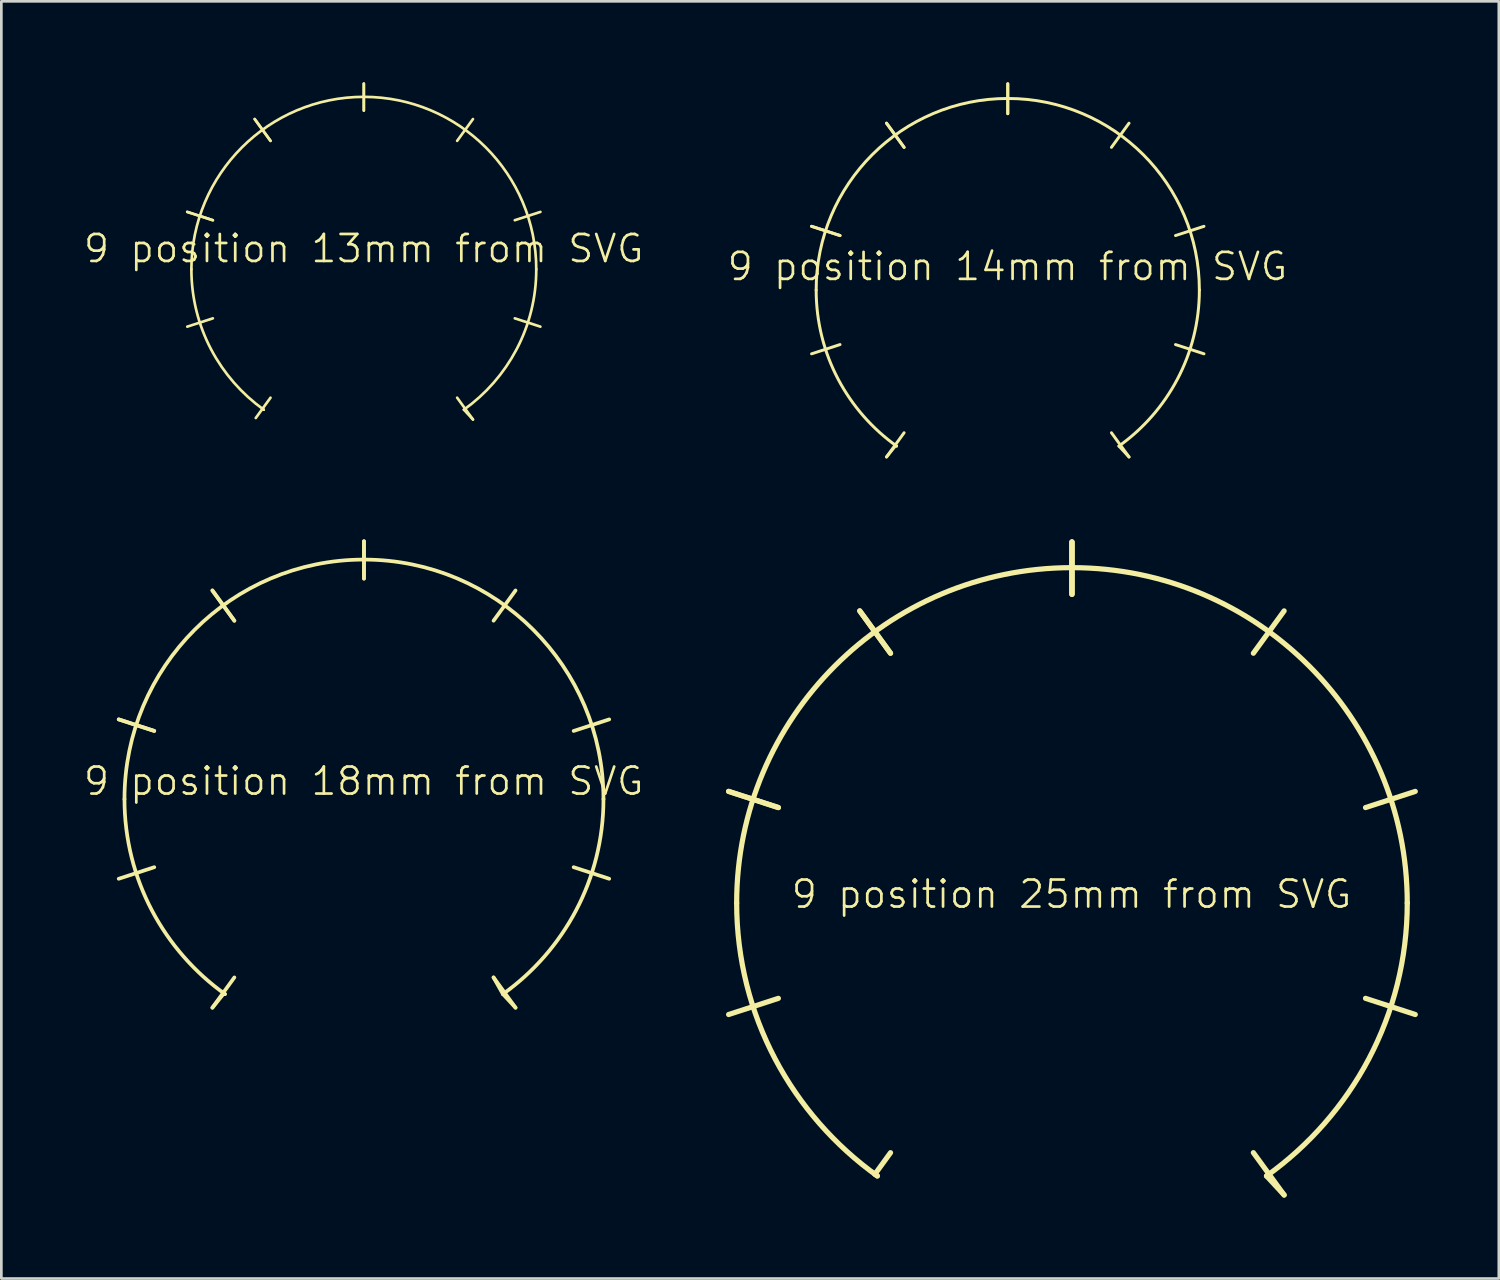
<source format=kicad_pcb>
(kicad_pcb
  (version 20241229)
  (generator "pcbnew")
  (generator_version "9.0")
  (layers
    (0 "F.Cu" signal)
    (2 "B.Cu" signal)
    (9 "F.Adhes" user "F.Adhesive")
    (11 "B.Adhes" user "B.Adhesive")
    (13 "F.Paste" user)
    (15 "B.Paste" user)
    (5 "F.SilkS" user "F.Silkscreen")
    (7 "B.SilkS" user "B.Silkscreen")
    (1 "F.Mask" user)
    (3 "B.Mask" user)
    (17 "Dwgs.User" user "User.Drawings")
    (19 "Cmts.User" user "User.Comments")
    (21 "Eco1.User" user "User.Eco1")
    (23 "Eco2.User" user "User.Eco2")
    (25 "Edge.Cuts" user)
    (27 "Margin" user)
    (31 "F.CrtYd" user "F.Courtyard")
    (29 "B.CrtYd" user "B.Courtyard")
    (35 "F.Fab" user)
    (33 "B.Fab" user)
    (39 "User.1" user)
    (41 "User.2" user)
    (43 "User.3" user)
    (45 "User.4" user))
  (footprint "9 position 14mm from SVG"
    (layer "F.Cu")
    (at 34.293 7.329)
    (property "Reference" "9 position 14mm from SVG" (at 0 -0.5 0) (unlocked yes) (layer "F.SilkS") (effects (font (size 1 1) (thickness 0.1))))
    (attr smd)
    (fp_line (start -7.26 -1.99) (end -6.206 -1.648) (stroke (width 0.11) (type solid)) (layer "F.SilkS"))
    (fp_line (start -7.26 -1.99) (end -6.206 -1.648) (stroke (width 0.11) (type solid)) (layer "F.SilkS"))
    (fp_line (start -7.26 2.736) (end -6.206 2.393) (stroke (width 0.11) (type solid)) (layer "F.SilkS"))
    (fp_line (start -4.482 -5.813) (end -3.831 -4.917) (stroke (width 0.11) (type solid)) (layer "F.SilkS"))
    (fp_line (start -4.482 -5.813) (end -3.831 -4.917) (stroke (width 0.11) (type solid)) (layer "F.SilkS"))
    (fp_line (start -4.14 6.134) (end -4.482 6.559) (stroke (width 0.11) (type default)) (layer "F.SilkS"))
    (fp_line (start -4.14 6.134) (end -4.11 6.155) (stroke (width 0.11) (type solid)) (layer "F.SilkS"))
    (fp_line (start 0.012 -7.273) (end 0.012 -6.165) (stroke (width 0.11) (type solid)) (layer "F.SilkS"))
    (fp_line (start 0.012 -7.273) (end 0.012 -6.165) (stroke (width 0.11) (type solid)) (layer "F.SilkS"))
    (fp_line (start 4.506 -5.813) (end 3.855 -4.917) (stroke (width 0.11) (type solid)) (layer "F.SilkS"))
    (fp_line (start 4.506 6.559) (end 3.855 5.662) (stroke (width 0.11) (type solid)) (layer "F.SilkS"))
    (fp_line (start 4.506 6.559) (end 4.133 6.156) (stroke (width 0.11) (type default)) (layer "F.SilkS"))
    (fp_line (start 7.284 -1.99) (end 6.23 -1.648) (stroke (width 0.11) (type solid)) (layer "F.SilkS"))
    (fp_line (start 7.284 2.736) (end 6.23 2.393) (stroke (width 0.11) (type solid)) (layer "F.SilkS"))
    (fp_curve (pts (xy -7.09 0.373) (xy -7.09 -3.547) (xy -3.908 -6.729) (xy 0.012 -6.729)) (stroke (width 0.11) (type solid)) (layer "F.SilkS"))
    (fp_curve (pts (xy -4.482 6.559) (xy -4.265 6.26) (xy -4.048 5.961) (xy -3.831 5.662)) (stroke (width 0.11) (type solid)) (layer "F.SilkS"))
    (fp_curve (pts (xy -4.11 6.155) (xy -5.914 4.867) (xy -7.09 2.756) (xy -7.09 0.373)) (stroke (width 0.11) (type solid)) (layer "F.SilkS"))
    (fp_curve (pts (xy 0.012 -6.729) (xy 3.932 -6.729) (xy 7.114 -3.547) (xy 7.114 0.373)) (stroke (width 0.11) (type solid)) (layer "F.SilkS"))
    (fp_curve (pts (xy 7.114 0.373) (xy 7.114 2.757) (xy 5.937 4.868) (xy 4.133 6.156)) (stroke (width 0.11) (type solid)) (layer "F.SilkS")))
  (footprint "9 position 13mm from SVG"
    (layer "F.Cu")
    (at 10.431 6.665)
    (property "Reference" "9 position 13mm from SVG" (at 0 -0.5 0) (unlocked yes) (layer "F.SilkS") (effects (font (size 1 1) (thickness 0.1))))
    (attr smd)
    (fp_line (start -6.54 -1.86) (end -5.591 -1.552) (stroke (width 0.099) (type solid)) (layer "F.SilkS"))
    (fp_line (start -6.54 -1.86) (end -5.591 -1.552) (stroke (width 0.099) (type solid)) (layer "F.SilkS"))
    (fp_line (start -6.54 2.393) (end -5.591 2.085) (stroke (width 0.099) (type solid)) (layer "F.SilkS"))
    (fp_line (start -4.04 -5.301) (end -3.454 -4.494) (stroke (width 0.099) (type solid)) (layer "F.SilkS"))
    (fp_line (start -4.04 -5.301) (end -3.454 -4.494) (stroke (width 0.099) (type solid)) (layer "F.SilkS"))
    (fp_line (start -3.764 5.454) (end -4 5.779) (stroke (width 0.1) (type default)) (layer "F.SilkS"))
    (fp_line (start -3.752 5.437) (end -3.705 5.471) (stroke (width 0.099) (type solid)) (layer "F.SilkS"))
    (fp_line (start -3.752 5.437) (end -3.454 5.027) (stroke (width 0.099) (type solid)) (layer "F.SilkS"))
    (fp_line (start 0.005 -6.615) (end 0.005 -5.618) (stroke (width 0.099) (type solid)) (layer "F.SilkS"))
    (fp_line (start 0.005 -6.615) (end 0.005 -5.618) (stroke (width 0.099) (type solid)) (layer "F.SilkS"))
    (fp_line (start 4.05 -5.301) (end 3.464 -4.494) (stroke (width 0.099) (type solid)) (layer "F.SilkS"))
    (fp_line (start 4.05 5.834) (end 3.464 5.027) (stroke (width 0.099) (type solid)) (layer "F.SilkS"))
    (fp_line (start 4.05 5.834) (end 3.714 5.471) (stroke (width 0.099) (type default)) (layer "F.SilkS"))
    (fp_line (start 6.55 -1.86) (end 5.601 -1.552) (stroke (width 0.099) (type solid)) (layer "F.SilkS"))
    (fp_line (start 6.55 2.393) (end 5.601 2.085) (stroke (width 0.099) (type solid)) (layer "F.SilkS"))
    (fp_curve (pts (xy -6.387 0.267) (xy -6.387 -3.261) (xy -3.523 -6.125) (xy 0.005 -6.125)) (stroke (width 0.099) (type solid)) (layer "F.SilkS"))
    (fp_curve (pts (xy -3.705 5.471) (xy -5.328 4.311) (xy -6.387 2.411) (xy -6.387 0.267)) (stroke (width 0.099) (type solid)) (layer "F.SilkS"))
    (fp_curve (pts (xy 0.005 -6.125) (xy 3.533 -6.125) (xy 6.397 -3.261) (xy 6.397 0.267)) (stroke (width 0.099) (type solid)) (layer "F.SilkS"))
    (fp_curve (pts (xy 6.397 0.267) (xy 6.397 2.412) (xy 5.337 4.312) (xy 3.714 5.471)) (stroke (width 0.099) (type solid)) (layer "F.SilkS")))
  (footprint "9 position 18mm from SVG"
    (layer "F.Cu")
    (at 10.431 26.406)
    (property "Reference" "9 position 18mm from SVG" (at 0 -0.5 0) (unlocked yes) (layer "F.SilkS") (effects (font (size 1 1) (thickness 0.1))))
    (attr smd)
    (fp_line (start -9.08 -2.79) (end -7.763 -2.362) (stroke (width 0.138) (type solid)) (layer "F.SilkS"))
    (fp_line (start -9.08 -2.79) (end -7.763 -2.362) (stroke (width 0.138) (type solid)) (layer "F.SilkS"))
    (fp_line (start -9.08 3.117) (end -7.763 2.689) (stroke (width 0.138) (type solid)) (layer "F.SilkS"))
    (fp_line (start -5.608 -7.569) (end -4.794 -6.448) (stroke (width 0.138) (type solid)) (layer "F.SilkS"))
    (fp_line (start -5.608 -7.569) (end -4.794 -6.448) (stroke (width 0.138) (type solid)) (layer "F.SilkS"))
    (fp_line (start -5.18 7.364) (end -5.608 7.896) (stroke (width 0.138) (type default)) (layer "F.SilkS"))
    (fp_line (start -5.18 7.364) (end -5.143 7.391) (stroke (width 0.138) (type solid)) (layer "F.SilkS"))
    (fp_line (start 0.01 -9.394) (end 0.01 -8.009) (stroke (width 0.138) (type solid)) (layer "F.SilkS"))
    (fp_line (start 0.01 -9.394) (end 0.01 -8.009) (stroke (width 0.138) (type solid)) (layer "F.SilkS"))
    (fp_line (start 4.814 6.775) (end 5.162 7.392) (stroke (width 0.138) (type default)) (layer "F.SilkS"))
    (fp_line (start 5.162 7.392) (end 5.628 7.896) (stroke (width 0.138) (type default)) (layer "F.SilkS"))
    (fp_line (start 5.628 -7.569) (end 4.814 -6.448) (stroke (width 0.138) (type solid)) (layer "F.SilkS"))
    (fp_line (start 5.628 7.896) (end 4.814 6.775) (stroke (width 0.138) (type solid)) (layer "F.SilkS"))
    (fp_line (start 9.1 -2.79) (end 7.783 -2.362) (stroke (width 0.138) (type solid)) (layer "F.SilkS"))
    (fp_line (start 9.1 3.117) (end 7.783 2.689) (stroke (width 0.138) (type solid)) (layer "F.SilkS"))
    (fp_curve (pts (xy -8.867 0.164) (xy -8.867 -4.736) (xy -4.89 -8.714) (xy 0.01 -8.714)) (stroke (width 0.138) (type solid)) (layer "F.SilkS"))
    (fp_curve (pts (xy -5.608 7.896) (xy -5.336 7.522) (xy -5.065 7.149) (xy -4.794 6.775)) (stroke (width 0.138) (type solid)) (layer "F.SilkS"))
    (fp_curve (pts (xy -5.143 7.391) (xy -7.397 5.781) (xy -8.867 3.142) (xy -8.867 0.164)) (stroke (width 0.138) (type solid)) (layer "F.SilkS"))
    (fp_curve (pts (xy 0.01 -8.714) (xy 4.91 -8.714) (xy 8.888 -4.736) (xy 8.888 0.164)) (stroke (width 0.138) (type solid)) (layer "F.SilkS"))
    (fp_curve (pts (xy 8.888 0.164) (xy 8.888 3.143) (xy 7.417 5.782) (xy 5.162 7.392)) (stroke (width 0.138) (type solid)) (layer "F.SilkS")))
  (footprint "9 position 25mm from SVG"
    (layer "F.Cu")
    (at 36.668 30.595)
    (property "Reference" "9 position 25mm from SVG" (at 0 -0.5 0) (unlocked yes) (layer "F.SilkS") (effects (font (size 1 1) (thickness 0.1))))
    (attr smd)
    (fp_line (start -12.71 -4.31) (end -10.866 -3.711) (stroke (width 0.193) (type solid)) (layer "F.SilkS"))
    (fp_line (start -12.71 -4.31) (end -10.866 -3.711) (stroke (width 0.193) (type solid)) (layer "F.SilkS"))
    (fp_line (start -12.71 3.96) (end -10.866 3.361) (stroke (width 0.193) (type solid)) (layer "F.SilkS"))
    (fp_line (start -7.849 -11.001) (end -6.709 -9.432) (stroke (width 0.193) (type solid)) (layer "F.SilkS"))
    (fp_line (start -7.849 -11.001) (end -6.709 -9.432) (stroke (width 0.193) (type solid)) (layer "F.SilkS"))
    (fp_line (start -7.288 9.879) (end -7.198 9.944) (stroke (width 0.193) (type solid)) (layer "F.SilkS"))
    (fp_line (start -7.288 9.879) (end -6.709 9.082) (stroke (width 0.193) (type solid)) (layer "F.SilkS"))
    (fp_line (start 0.016 -13.556) (end 0.016 -11.617) (stroke (width 0.193) (type solid)) (layer "F.SilkS"))
    (fp_line (start 0.016 -13.556) (end 0.016 -11.617) (stroke (width 0.193) (type solid)) (layer "F.SilkS"))
    (fp_line (start 0.016 -13.556) (end 0.016 -12.604) (stroke (width 0.193) (type default)) (layer "F.SilkS"))
    (fp_line (start 0.016 -11.617) (end 0.016 -12.604) (stroke (width 0.193) (type default)) (layer "F.SilkS"))
    (fp_line (start 7.228 9.945) (end 7.881 10.65) (stroke (width 0.193) (type default)) (layer "F.SilkS"))
    (fp_line (start 7.881 -11.001) (end 6.741 -9.432) (stroke (width 0.193) (type solid)) (layer "F.SilkS"))
    (fp_line (start 12.742 -4.31) (end 10.898 -3.711) (stroke (width 0.193) (type solid)) (layer "F.SilkS"))
    (fp_curve (pts (xy -12.412 -0.175) (xy -12.412 -7.035) (xy -6.843 -12.604) (xy 0.016 -12.604)) (stroke (width 0.193) (type solid)) (layer "F.SilkS"))
    (fp_curve (pts (xy -7.198 9.944) (xy -10.354 7.689) (xy -12.412 3.995) (xy -12.412 -0.175)) (stroke (width 0.193) (type solid)) (layer "F.SilkS"))
    (fp_curve (pts (xy 0.016 -12.604) (xy 6.876 -12.604) (xy 12.445 -7.035) (xy 12.445 -0.175)) (stroke (width 0.193) (type solid)) (layer "F.SilkS"))
    (fp_curve (pts (xy 7.881 10.65) (xy 7.501 10.127) (xy 7.121 9.604) (xy 6.741 9.081)) (stroke (width 0.193) (type solid)) (layer "F.SilkS"))
    (fp_curve (pts (xy 12.445 -0.175) (xy 12.445 3.996) (xy 10.385 7.691) (xy 7.228 9.945)) (stroke (width 0.193) (type solid)) (layer "F.SilkS"))
    (fp_curve (pts (xy 12.742 3.96) (xy 12.127 3.76) (xy 11.513 3.56) (xy 10.898 3.361)) (stroke (width 0.193) (type solid)) (layer "F.SilkS")))
  (gr_rect
    (start -3 -3)
    (end 52.507 44.341)
    (stroke (width 0.1) (type default))
    (fill no)
    (layer "Edge.Cuts")))
</source>
